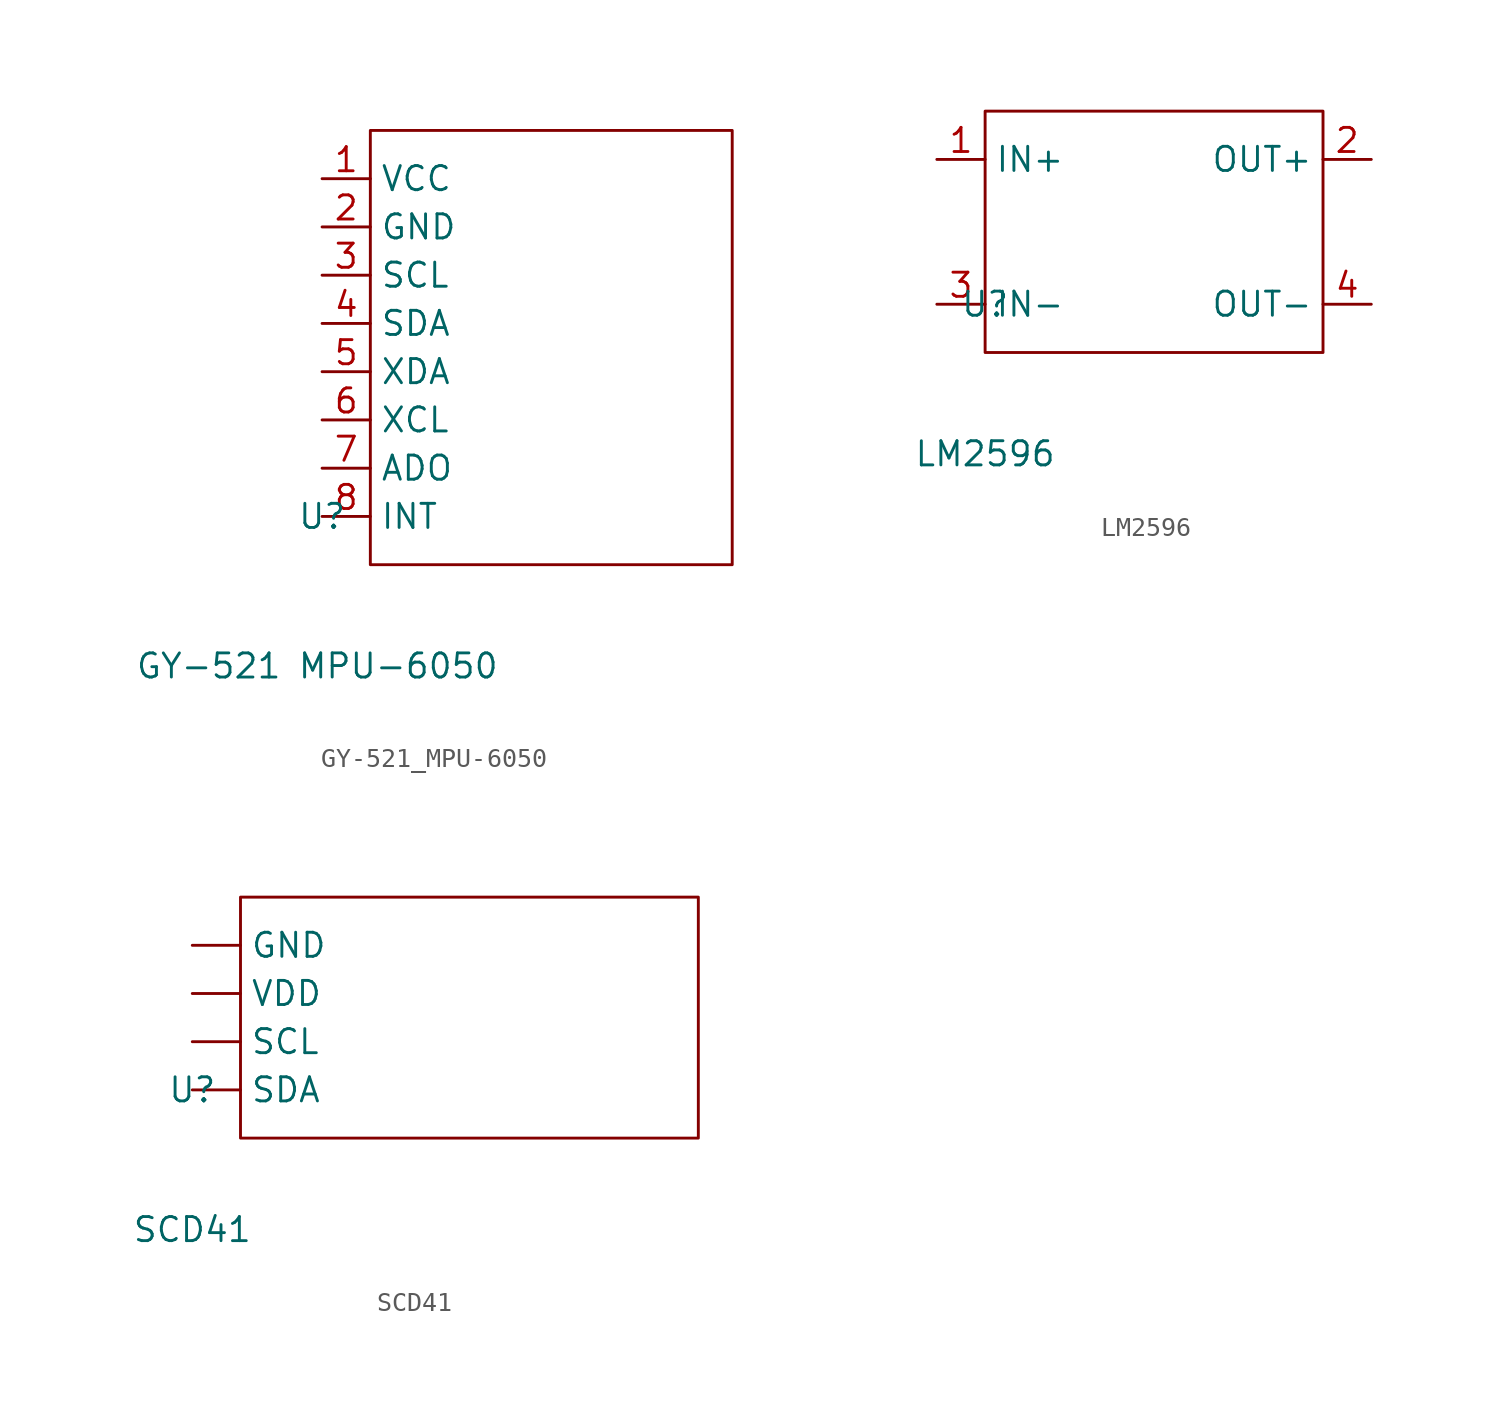
<source format=kicad_sym>
(kicad_symbol_lib
  (version 20231120)
  (generator "kicad_symbol_editor")
  (generator_version "8.0")
  (symbol "GY-521_MPU-6050"
    (property "Reference" "U"
      (at 0 0 0)
      (effects (font (size 1.27 1.27))))
    (property "Value" "GY-521 MPU-6050"
      (at -0.254 -7.874 0)
      (effects (font (size 1.27 1.27))))
    (symbol "GY-521_MPU-6050_0_1"
      (rectangle (start 2.54 20.32) (end 21.59 -2.54) (stroke (width 0) (type default)) (fill (type none))))
    (symbol "GY-521_MPU-6050_1_1"
      (pin power_in line (at 0 17.78 0) (length 2.54) (name "VCC" (effects (font (size 1.27 1.27)))) (number "1" (effects (font (size 1.27 1.27)))))
      (pin power_in line (at 0 15.24 0) (length 2.54) (name "GND" (effects (font (size 1.27 1.27)))) (number "2" (effects (font (size 1.27 1.27)))))
      (pin bidirectional line (at 0 12.7 0) (length 2.54) (name "SCL" (effects (font (size 1.27 1.27)))) (number "3" (effects (font (size 1.27 1.27)))))
      (pin bidirectional line (at 0 10.16 0) (length 2.54) (name "SDA" (effects (font (size 1.27 1.27)))) (number "4" (effects (font (size 1.27 1.27)))))
      (pin bidirectional line (at 0 7.62 0) (length 2.54) (name "XDA" (effects (font (size 1.27 1.27)))) (number "5" (effects (font (size 1.27 1.27)))))
      (pin bidirectional line (at 0 5.08 0) (length 2.54) (name "XCL" (effects (font (size 1.27 1.27)))) (number "6" (effects (font (size 1.27 1.27)))))
      (pin bidirectional line (at 0 2.54 0) (length 2.54) (name "ADO" (effects (font (size 1.27 1.27)))) (number "7" (effects (font (size 1.27 1.27)))))
      (pin bidirectional line (at 0 0 0) (length 2.54) (name "INT" (effects (font (size 1.27 1.27)))) (number "8" (effects (font (size 1.27 1.27)))))))
  (symbol "LM2596"
    (property "Reference" "U"
      (at 0 0 0)
      (effects (font (size 1.27 1.27))))
    (property "Value" "LM2596"
      (at 0 -7.874 0)
      (effects (font (size 1.27 1.27))))
    (symbol "LM2596_0_1"
      (rectangle (start 0 10.16) (end 17.78 -2.54) (stroke (width 0) (type default)) (fill (type none))))
    (symbol "LM2596_1_1"
      (pin power_in line (at -2.54 7.62 0) (length 2.54) (name "IN+" (effects (font (size 1.27 1.27)))) (number "1" (effects (font (size 1.27 1.27)))))
      (pin power_in line (at 20.32 7.62 180) (length 2.54) (name "OUT+" (effects (font (size 1.27 1.27)))) (number "2" (effects (font (size 1.27 1.27)))))
      (pin power_in line (at -2.54 0 0) (length 2.54) (name "IN-" (effects (font (size 1.27 1.27)))) (number "3" (effects (font (size 1.27 1.27)))))
      (pin power_in line (at 20.32 0 180) (length 2.54) (name "OUT-" (effects (font (size 1.27 1.27)))) (number "4" (effects (font (size 1.27 1.27)))))))
  (symbol "SCD41"
    (property "Reference" "U"
      (at 0 0 0)
      (effects (font (size 1.27 1.27))))
    (property "Value" "SCD41"
      (at 0 -7.366 0)
      (effects (font (size 1.27 1.27))))
    (symbol "SCD41_0_1"
      (rectangle (start 2.54 10.16) (end 26.67 -2.54) (stroke (width 0) (type default)) (fill (type none))))
    (symbol "SCD41_1_1"
      (pin power_in line (at 0 7.62 0) (length 2.54) (name "GND" (effects (font (size 1.27 1.27)))) (number "" (effects (font (size 1.27 1.27)))))
      (pin bidirectional line (at 0 2.54 0) (length 2.54) (name "SCL" (effects (font (size 1.27 1.27)))) (number "" (effects (font (size 1.27 1.27)))))
      (pin bidirectional line (at 0 0 0) (length 2.54) (name "SDA" (effects (font (size 1.27 1.27)))) (number "" (effects (font (size 1.27 1.27)))))
      (pin power_in line (at 0 5.08 0) (length 2.54) (name "VDD" (effects (font (size 1.27 1.27)))) (number "" (effects (font (size 1.27 1.27))))))))
</source>
